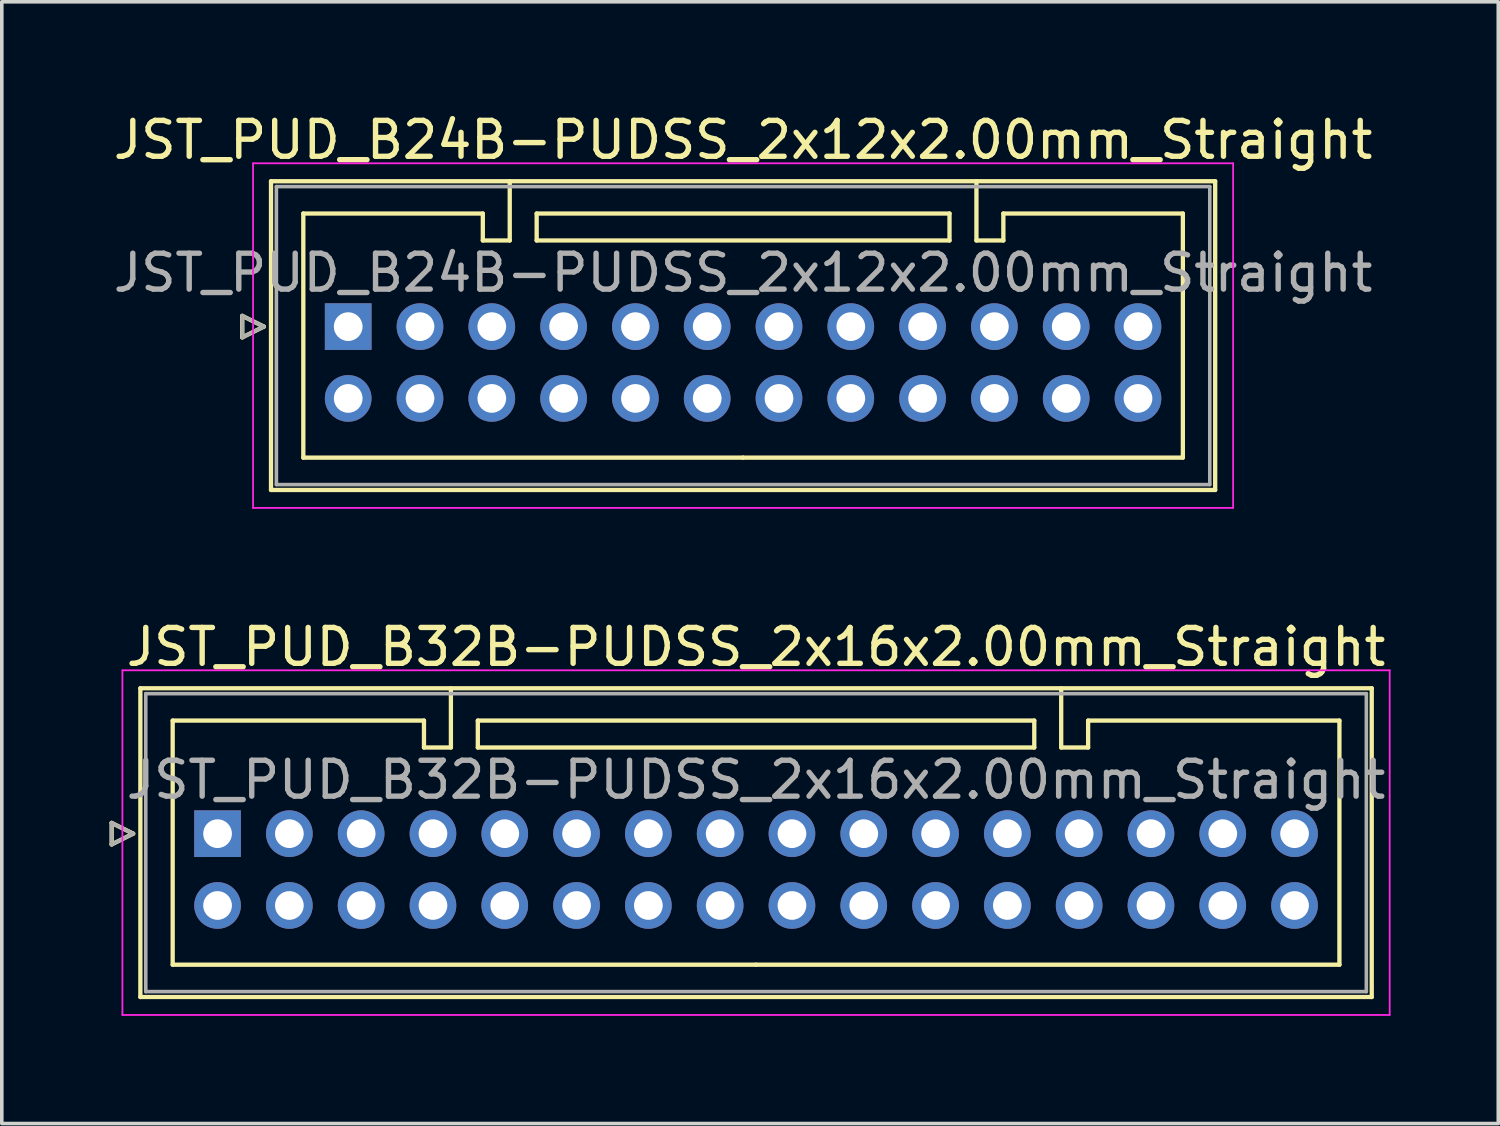
<source format=kicad_pcb>
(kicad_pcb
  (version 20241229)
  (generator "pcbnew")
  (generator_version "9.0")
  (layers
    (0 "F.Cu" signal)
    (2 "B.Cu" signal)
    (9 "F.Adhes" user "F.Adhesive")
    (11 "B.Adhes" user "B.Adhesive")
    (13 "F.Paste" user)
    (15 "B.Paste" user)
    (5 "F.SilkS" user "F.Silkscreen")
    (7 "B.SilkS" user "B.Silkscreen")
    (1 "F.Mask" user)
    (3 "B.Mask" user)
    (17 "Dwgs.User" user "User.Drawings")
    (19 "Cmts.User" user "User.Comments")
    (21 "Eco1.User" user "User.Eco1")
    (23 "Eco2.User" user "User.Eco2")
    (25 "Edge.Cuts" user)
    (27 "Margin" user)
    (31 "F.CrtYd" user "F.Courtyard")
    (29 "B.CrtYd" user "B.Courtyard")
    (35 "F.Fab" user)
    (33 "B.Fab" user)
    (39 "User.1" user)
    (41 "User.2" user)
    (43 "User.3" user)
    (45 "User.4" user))
  (footprint "JST_PUD_B32B-PUDSS_2x16x2.00mm_Straight"
    (layer "F.Cu")
    (at 3.01 20.172)
    (property "Reference" "JST_PUD_B32B-PUDSS_2x16x2.00mm_Straight" (at 15 -5.2 0) (layer "F.SilkS") (effects (font (size 1 1) (thickness 0.15))))
    (attr through_hole)
    (fp_line (start -2.95 -0.3) (end -2.35 0) (stroke (width 0.12) (type solid)) (layer "F.SilkS"))
    (fp_line (start -2.95 0.3) (end -2.95 -0.3) (stroke (width 0.12) (type solid)) (layer "F.SilkS"))
    (fp_line (start -2.35 0) (end -2.95 0.3) (stroke (width 0.12) (type solid)) (layer "F.SilkS"))
    (fp_line (start -2.15 -4.05) (end -2.15 4.55) (stroke (width 0.12) (type solid)) (layer "F.SilkS"))
    (fp_line (start -2.15 4.55) (end 32.15 4.55) (stroke (width 0.12) (type solid)) (layer "F.SilkS"))
    (fp_line (start -1.25 -3.15) (end -1.25 3.65) (stroke (width 0.12) (type solid)) (layer "F.SilkS"))
    (fp_line (start -1.25 3.65) (end 15 3.65) (stroke (width 0.12) (type solid)) (layer "F.SilkS"))
    (fp_line (start 5.75 -3.15) (end -1.25 -3.15) (stroke (width 0.12) (type solid)) (layer "F.SilkS"))
    (fp_line (start 5.75 -2.4) (end 5.75 -3.15) (stroke (width 0.12) (type solid)) (layer "F.SilkS"))
    (fp_line (start 6.5 -4.05) (end 6.5 -2.4) (stroke (width 0.12) (type solid)) (layer "F.SilkS"))
    (fp_line (start 6.5 -2.4) (end 5.75 -2.4) (stroke (width 0.12) (type solid)) (layer "F.SilkS"))
    (fp_line (start 7.25 -3.15) (end 7.25 -2.4) (stroke (width 0.12) (type solid)) (layer "F.SilkS"))
    (fp_line (start 7.25 -2.4) (end 22.75 -2.4) (stroke (width 0.12) (type solid)) (layer "F.SilkS"))
    (fp_line (start 22.75 -3.15) (end 7.25 -3.15) (stroke (width 0.12) (type solid)) (layer "F.SilkS"))
    (fp_line (start 22.75 -2.4) (end 22.75 -3.15) (stroke (width 0.12) (type solid)) (layer "F.SilkS"))
    (fp_line (start 23.5 -4.05) (end 23.5 -2.4) (stroke (width 0.12) (type solid)) (layer "F.SilkS"))
    (fp_line (start 23.5 -2.4) (end 24.25 -2.4) (stroke (width 0.12) (type solid)) (layer "F.SilkS"))
    (fp_line (start 24.25 -3.15) (end 31.25 -3.15) (stroke (width 0.12) (type solid)) (layer "F.SilkS"))
    (fp_line (start 24.25 -2.4) (end 24.25 -3.15) (stroke (width 0.12) (type solid)) (layer "F.SilkS"))
    (fp_line (start 31.25 -3.15) (end 31.25 3.65) (stroke (width 0.12) (type solid)) (layer "F.SilkS"))
    (fp_line (start 31.25 3.65) (end 15 3.65) (stroke (width 0.12) (type solid)) (layer "F.SilkS"))
    (fp_line (start 32.15 -4.05) (end -2.15 -4.05) (stroke (width 0.12) (type solid)) (layer "F.SilkS"))
    (fp_line (start 32.15 4.55) (end 32.15 -4.05) (stroke (width 0.12) (type solid)) (layer "F.SilkS"))
    (fp_line (start -2.65 -4.55) (end -2.65 5.05) (stroke (width 0.05) (type solid)) (layer "F.CrtYd"))
    (fp_line (start -2.65 5.05) (end 32.65 5.05) (stroke (width 0.05) (type solid)) (layer "F.CrtYd"))
    (fp_line (start 32.65 -4.55) (end -2.65 -4.55) (stroke (width 0.05) (type solid)) (layer "F.CrtYd"))
    (fp_line (start 32.65 5.05) (end 32.65 -4.55) (stroke (width 0.05) (type solid)) (layer "F.CrtYd"))
    (fp_line (start -2.95 -0.3) (end -2.35 0) (stroke (width 0.1) (type solid)) (layer "F.Fab"))
    (fp_line (start -2.95 0.3) (end -2.95 -0.3) (stroke (width 0.1) (type solid)) (layer "F.Fab"))
    (fp_line (start -2.35 0) (end -2.95 0.3) (stroke (width 0.1) (type solid)) (layer "F.Fab"))
    (fp_line (start -2 -3.9) (end -2 4.4) (stroke (width 0.1) (type solid)) (layer "F.Fab"))
    (fp_line (start -2 4.4) (end 32 4.4) (stroke (width 0.1) (type solid)) (layer "F.Fab"))
    (fp_line (start 32 -3.9) (end -2 -3.9) (stroke (width 0.1) (type solid)) (layer "F.Fab"))
    (fp_line (start 32 4.4) (end 32 -3.9) (stroke (width 0.1) (type solid)) (layer "F.Fab"))
    (fp_text user "${REFERENCE}" (at 15 -1.5 0) (layer "F.Fab") (effects (font (size 1 1) (thickness 0.15))))
    (pad "1" thru_hole rect (at 0 0) (size 1.3 1.3) (drill 0.8) (layers "*.Cu" "*.Mask"))
    (pad "2" thru_hole circle (at 0 2) (size 1.3 1.3) (drill 0.8) (layers "*.Cu" "*.Mask"))
    (pad "3" thru_hole circle (at 2 0) (size 1.3 1.3) (drill 0.8) (layers "*.Cu" "*.Mask"))
    (pad "4" thru_hole circle (at 2 2) (size 1.3 1.3) (drill 0.8) (layers "*.Cu" "*.Mask"))
    (pad "5" thru_hole circle (at 4 0) (size 1.3 1.3) (drill 0.8) (layers "*.Cu" "*.Mask"))
    (pad "6" thru_hole circle (at 4 2) (size 1.3 1.3) (drill 0.8) (layers "*.Cu" "*.Mask"))
    (pad "7" thru_hole circle (at 6 0) (size 1.3 1.3) (drill 0.8) (layers "*.Cu" "*.Mask"))
    (pad "8" thru_hole circle (at 6 2) (size 1.3 1.3) (drill 0.8) (layers "*.Cu" "*.Mask"))
    (pad "9" thru_hole circle (at 8 0) (size 1.3 1.3) (drill 0.8) (layers "*.Cu" "*.Mask"))
    (pad "10" thru_hole circle (at 8 2) (size 1.3 1.3) (drill 0.8) (layers "*.Cu" "*.Mask"))
    (pad "11" thru_hole circle (at 10 0) (size 1.3 1.3) (drill 0.8) (layers "*.Cu" "*.Mask"))
    (pad "12" thru_hole circle (at 10 2) (size 1.3 1.3) (drill 0.8) (layers "*.Cu" "*.Mask"))
    (pad "13" thru_hole circle (at 12 0) (size 1.3 1.3) (drill 0.8) (layers "*.Cu" "*.Mask"))
    (pad "14" thru_hole circle (at 12 2) (size 1.3 1.3) (drill 0.8) (layers "*.Cu" "*.Mask"))
    (pad "15" thru_hole circle (at 14 0) (size 1.3 1.3) (drill 0.8) (layers "*.Cu" "*.Mask"))
    (pad "16" thru_hole circle (at 14 2) (size 1.3 1.3) (drill 0.8) (layers "*.Cu" "*.Mask"))
    (pad "17" thru_hole circle (at 16 0) (size 1.3 1.3) (drill 0.8) (layers "*.Cu" "*.Mask"))
    (pad "18" thru_hole circle (at 16 2) (size 1.3 1.3) (drill 0.8) (layers "*.Cu" "*.Mask"))
    (pad "19" thru_hole circle (at 18 0) (size 1.3 1.3) (drill 0.8) (layers "*.Cu" "*.Mask"))
    (pad "20" thru_hole circle (at 18 2) (size 1.3 1.3) (drill 0.8) (layers "*.Cu" "*.Mask"))
    (pad "21" thru_hole circle (at 20 0) (size 1.3 1.3) (drill 0.8) (layers "*.Cu" "*.Mask"))
    (pad "22" thru_hole circle (at 20 2) (size 1.3 1.3) (drill 0.8) (layers "*.Cu" "*.Mask"))
    (pad "23" thru_hole circle (at 22 0) (size 1.3 1.3) (drill 0.8) (layers "*.Cu" "*.Mask"))
    (pad "24" thru_hole circle (at 22 2) (size 1.3 1.3) (drill 0.8) (layers "*.Cu" "*.Mask"))
    (pad "25" thru_hole circle (at 24 0) (size 1.3 1.3) (drill 0.8) (layers "*.Cu" "*.Mask"))
    (pad "26" thru_hole circle (at 24 2) (size 1.3 1.3) (drill 0.8) (layers "*.Cu" "*.Mask"))
    (pad "27" thru_hole circle (at 26 0) (size 1.3 1.3) (drill 0.8) (layers "*.Cu" "*.Mask"))
    (pad "28" thru_hole circle (at 26 2) (size 1.3 1.3) (drill 0.8) (layers "*.Cu" "*.Mask"))
    (pad "29" thru_hole circle (at 28 0) (size 1.3 1.3) (drill 0.8) (layers "*.Cu" "*.Mask"))
    (pad "30" thru_hole circle (at 28 2) (size 1.3 1.3) (drill 0.8) (layers "*.Cu" "*.Mask"))
    (pad "31" thru_hole circle (at 30 0) (size 1.3 1.3) (drill 0.8) (layers "*.Cu" "*.Mask"))
    (pad "32" thru_hole circle (at 30 2) (size 1.3 1.3) (drill 0.8) (layers "*.Cu" "*.Mask")))
  (footprint "JST_PUD_B24B-PUDSS_2x12x2.00mm_Straight"
    (layer "F.Cu")
    (at 6.649 6.048)
    (property "Reference" "JST_PUD_B24B-PUDSS_2x12x2.00mm_Straight" (at 11 -5.2 0) (layer "F.SilkS") (effects (font (size 1 1) (thickness 0.15))))
    (attr through_hole)
    (fp_line (start -2.95 -0.3) (end -2.35 0) (stroke (width 0.12) (type solid)) (layer "F.SilkS"))
    (fp_line (start -2.95 0.3) (end -2.95 -0.3) (stroke (width 0.12) (type solid)) (layer "F.SilkS"))
    (fp_line (start -2.35 0) (end -2.95 0.3) (stroke (width 0.12) (type solid)) (layer "F.SilkS"))
    (fp_line (start -2.15 -4.05) (end -2.15 4.55) (stroke (width 0.12) (type solid)) (layer "F.SilkS"))
    (fp_line (start -2.15 4.55) (end 24.15 4.55) (stroke (width 0.12) (type solid)) (layer "F.SilkS"))
    (fp_line (start -1.25 -3.15) (end -1.25 3.65) (stroke (width 0.12) (type solid)) (layer "F.SilkS"))
    (fp_line (start -1.25 3.65) (end 11 3.65) (stroke (width 0.12) (type solid)) (layer "F.SilkS"))
    (fp_line (start 3.75 -3.15) (end -1.25 -3.15) (stroke (width 0.12) (type solid)) (layer "F.SilkS"))
    (fp_line (start 3.75 -2.4) (end 3.75 -3.15) (stroke (width 0.12) (type solid)) (layer "F.SilkS"))
    (fp_line (start 4.5 -4.05) (end 4.5 -2.4) (stroke (width 0.12) (type solid)) (layer "F.SilkS"))
    (fp_line (start 4.5 -2.4) (end 3.75 -2.4) (stroke (width 0.12) (type solid)) (layer "F.SilkS"))
    (fp_line (start 5.25 -3.15) (end 5.25 -2.4) (stroke (width 0.12) (type solid)) (layer "F.SilkS"))
    (fp_line (start 5.25 -2.4) (end 16.75 -2.4) (stroke (width 0.12) (type solid)) (layer "F.SilkS"))
    (fp_line (start 16.75 -3.15) (end 5.25 -3.15) (stroke (width 0.12) (type solid)) (layer "F.SilkS"))
    (fp_line (start 16.75 -2.4) (end 16.75 -3.15) (stroke (width 0.12) (type solid)) (layer "F.SilkS"))
    (fp_line (start 17.5 -4.05) (end 17.5 -2.4) (stroke (width 0.12) (type solid)) (layer "F.SilkS"))
    (fp_line (start 17.5 -2.4) (end 18.25 -2.4) (stroke (width 0.12) (type solid)) (layer "F.SilkS"))
    (fp_line (start 18.25 -3.15) (end 23.25 -3.15) (stroke (width 0.12) (type solid)) (layer "F.SilkS"))
    (fp_line (start 18.25 -2.4) (end 18.25 -3.15) (stroke (width 0.12) (type solid)) (layer "F.SilkS"))
    (fp_line (start 23.25 -3.15) (end 23.25 3.65) (stroke (width 0.12) (type solid)) (layer "F.SilkS"))
    (fp_line (start 23.25 3.65) (end 11 3.65) (stroke (width 0.12) (type solid)) (layer "F.SilkS"))
    (fp_line (start 24.15 -4.05) (end -2.15 -4.05) (stroke (width 0.12) (type solid)) (layer "F.SilkS"))
    (fp_line (start 24.15 4.55) (end 24.15 -4.05) (stroke (width 0.12) (type solid)) (layer "F.SilkS"))
    (fp_line (start -2.65 -4.55) (end -2.65 5.05) (stroke (width 0.05) (type solid)) (layer "F.CrtYd"))
    (fp_line (start -2.65 5.05) (end 24.65 5.05) (stroke (width 0.05) (type solid)) (layer "F.CrtYd"))
    (fp_line (start 24.65 -4.55) (end -2.65 -4.55) (stroke (width 0.05) (type solid)) (layer "F.CrtYd"))
    (fp_line (start 24.65 5.05) (end 24.65 -4.55) (stroke (width 0.05) (type solid)) (layer "F.CrtYd"))
    (fp_line (start -2.95 -0.3) (end -2.35 0) (stroke (width 0.1) (type solid)) (layer "F.Fab"))
    (fp_line (start -2.95 0.3) (end -2.95 -0.3) (stroke (width 0.1) (type solid)) (layer "F.Fab"))
    (fp_line (start -2.35 0) (end -2.95 0.3) (stroke (width 0.1) (type solid)) (layer "F.Fab"))
    (fp_line (start -2 -3.9) (end -2 4.4) (stroke (width 0.1) (type solid)) (layer "F.Fab"))
    (fp_line (start -2 4.4) (end 24 4.4) (stroke (width 0.1) (type solid)) (layer "F.Fab"))
    (fp_line (start 24 -3.9) (end -2 -3.9) (stroke (width 0.1) (type solid)) (layer "F.Fab"))
    (fp_line (start 24 4.4) (end 24 -3.9) (stroke (width 0.1) (type solid)) (layer "F.Fab"))
    (fp_text user "${REFERENCE}" (at 11 -1.5 0) (layer "F.Fab") (effects (font (size 1 1) (thickness 0.15))))
    (pad "1" thru_hole rect (at 0 0) (size 1.3 1.3) (drill 0.8) (layers "*.Cu" "*.Mask"))
    (pad "2" thru_hole circle (at 0 2) (size 1.3 1.3) (drill 0.8) (layers "*.Cu" "*.Mask"))
    (pad "3" thru_hole circle (at 2 0) (size 1.3 1.3) (drill 0.8) (layers "*.Cu" "*.Mask"))
    (pad "4" thru_hole circle (at 2 2) (size 1.3 1.3) (drill 0.8) (layers "*.Cu" "*.Mask"))
    (pad "5" thru_hole circle (at 4 0) (size 1.3 1.3) (drill 0.8) (layers "*.Cu" "*.Mask"))
    (pad "6" thru_hole circle (at 4 2) (size 1.3 1.3) (drill 0.8) (layers "*.Cu" "*.Mask"))
    (pad "7" thru_hole circle (at 6 0) (size 1.3 1.3) (drill 0.8) (layers "*.Cu" "*.Mask"))
    (pad "8" thru_hole circle (at 6 2) (size 1.3 1.3) (drill 0.8) (layers "*.Cu" "*.Mask"))
    (pad "9" thru_hole circle (at 8 0) (size 1.3 1.3) (drill 0.8) (layers "*.Cu" "*.Mask"))
    (pad "10" thru_hole circle (at 8 2) (size 1.3 1.3) (drill 0.8) (layers "*.Cu" "*.Mask"))
    (pad "11" thru_hole circle (at 10 0) (size 1.3 1.3) (drill 0.8) (layers "*.Cu" "*.Mask"))
    (pad "12" thru_hole circle (at 10 2) (size 1.3 1.3) (drill 0.8) (layers "*.Cu" "*.Mask"))
    (pad "13" thru_hole circle (at 12 0) (size 1.3 1.3) (drill 0.8) (layers "*.Cu" "*.Mask"))
    (pad "14" thru_hole circle (at 12 2) (size 1.3 1.3) (drill 0.8) (layers "*.Cu" "*.Mask"))
    (pad "15" thru_hole circle (at 14 0) (size 1.3 1.3) (drill 0.8) (layers "*.Cu" "*.Mask"))
    (pad "16" thru_hole circle (at 14 2) (size 1.3 1.3) (drill 0.8) (layers "*.Cu" "*.Mask"))
    (pad "17" thru_hole circle (at 16 0) (size 1.3 1.3) (drill 0.8) (layers "*.Cu" "*.Mask"))
    (pad "18" thru_hole circle (at 16 2) (size 1.3 1.3) (drill 0.8) (layers "*.Cu" "*.Mask"))
    (pad "19" thru_hole circle (at 18 0) (size 1.3 1.3) (drill 0.8) (layers "*.Cu" "*.Mask"))
    (pad "20" thru_hole circle (at 18 2) (size 1.3 1.3) (drill 0.8) (layers "*.Cu" "*.Mask"))
    (pad "21" thru_hole circle (at 20 0) (size 1.3 1.3) (drill 0.8) (layers "*.Cu" "*.Mask"))
    (pad "22" thru_hole circle (at 20 2) (size 1.3 1.3) (drill 0.8) (layers "*.Cu" "*.Mask"))
    (pad "23" thru_hole circle (at 22 0) (size 1.3 1.3) (drill 0.8) (layers "*.Cu" "*.Mask"))
    (pad "24" thru_hole circle (at 22 2) (size 1.3 1.3) (drill 0.8) (layers "*.Cu" "*.Mask")))
  (gr_rect
    (start -3 -3)
    (end 38.685 28.247)
    (stroke (width 0.1) (type default))
    (fill no)
    (layer "Edge.Cuts")))
</source>
